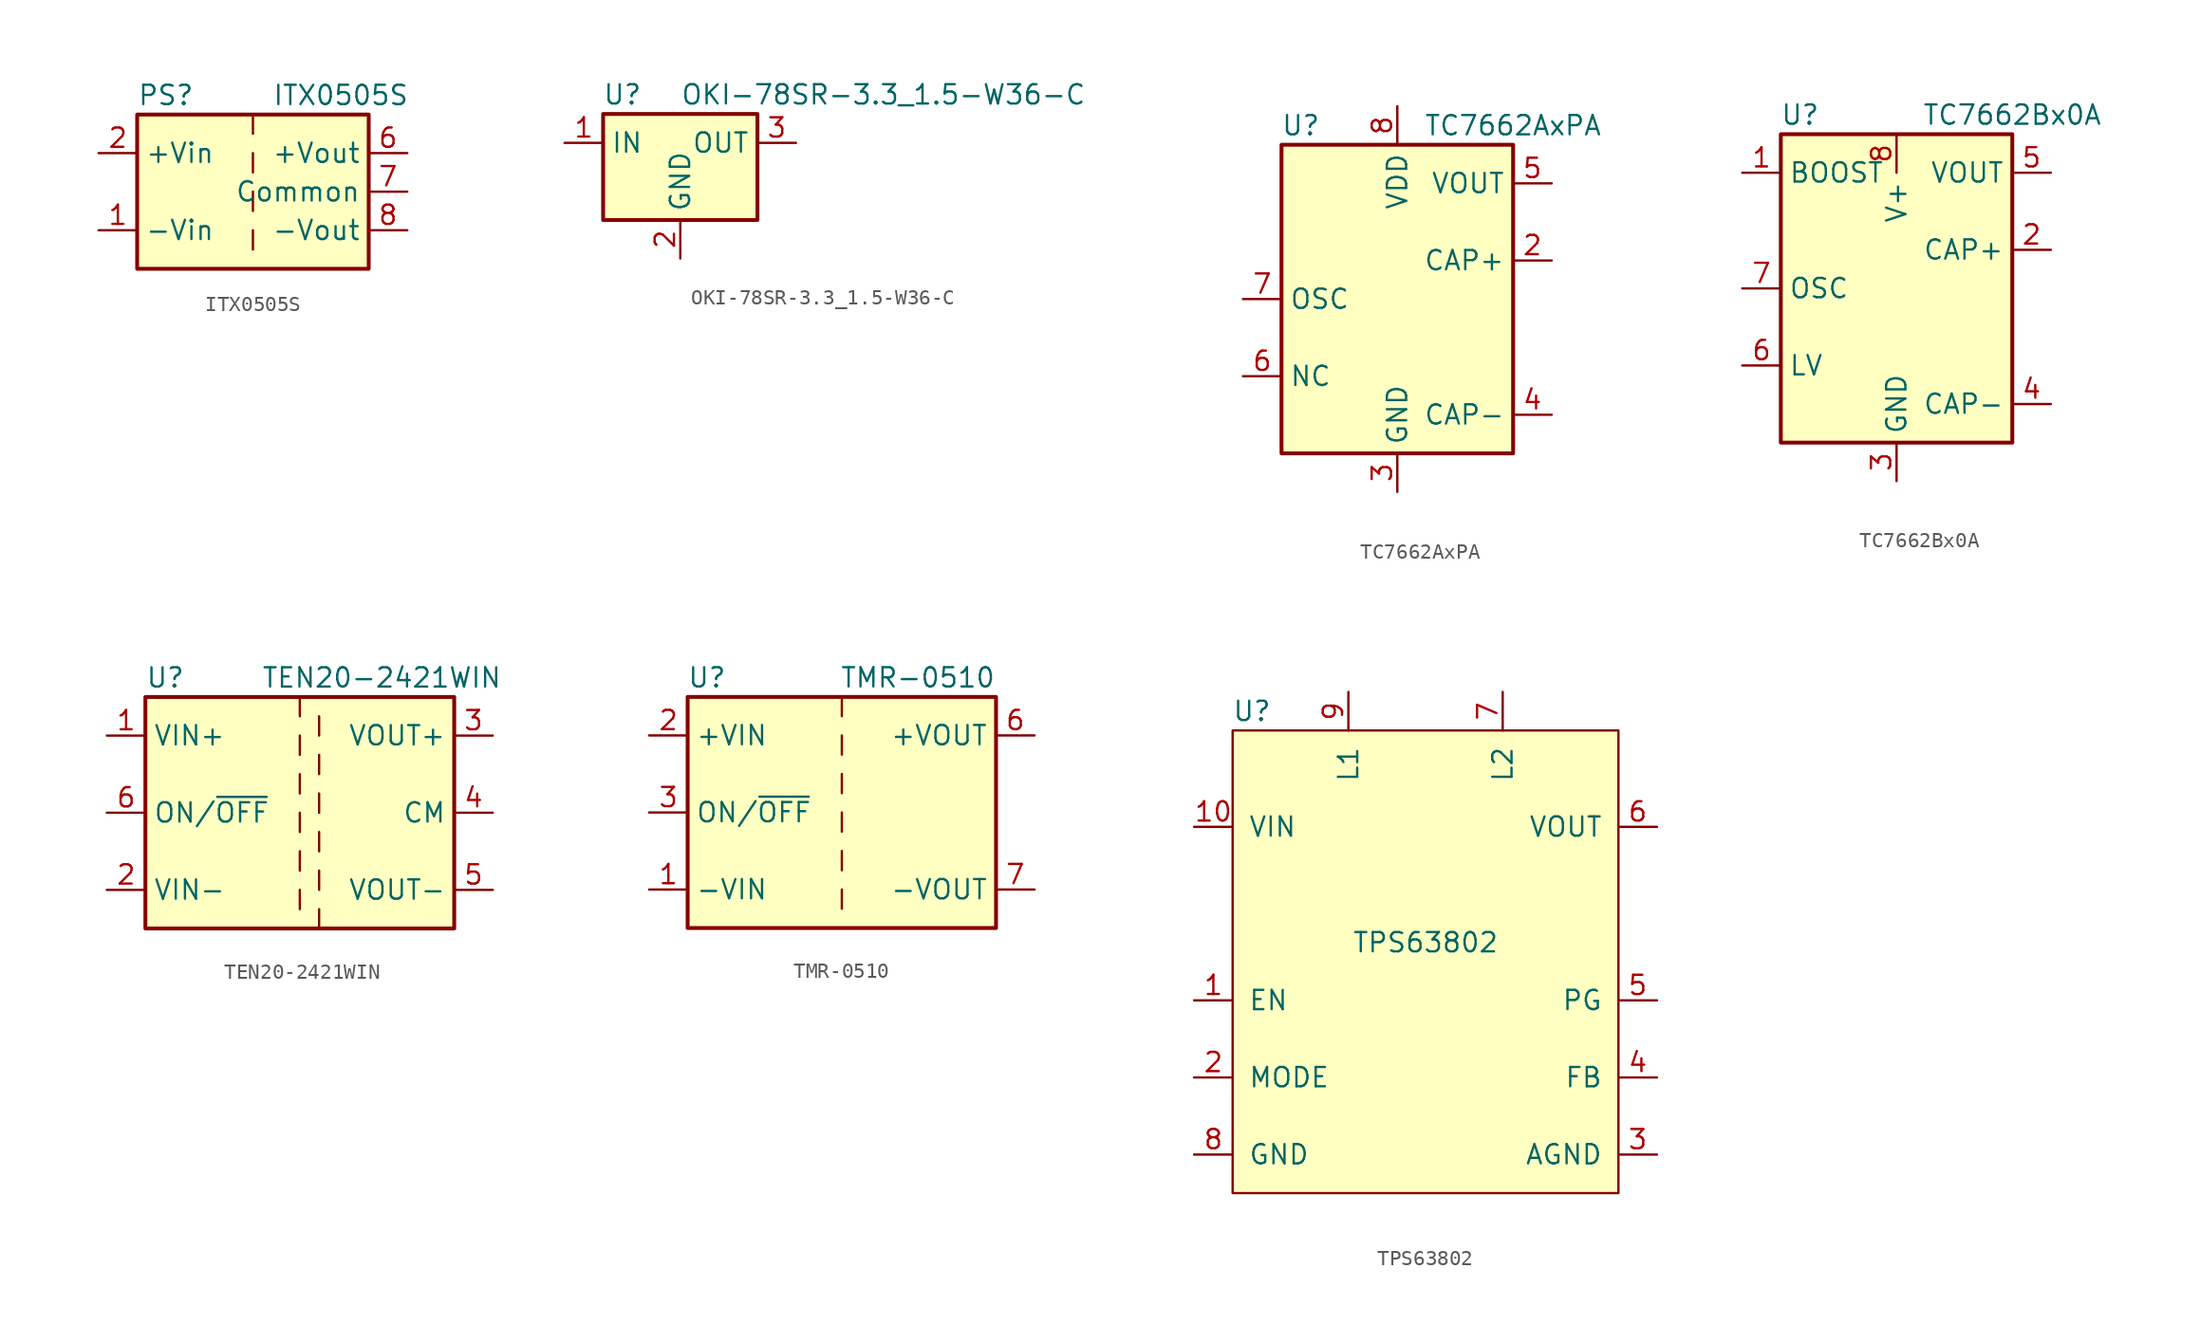
<source format=kicad_sym>
(kicad_symbol_lib
  (version 20201005)
  (generator kicad_symbol_editor)
  (symbol "ITX0505S"
    (property "Reference" "PS"
      (at -7.62 6.35 0)
      (effects (font (size 1.27 1.27)) (justify left)))
    (property "Value" "ITX0505S"
      (at 1.27 6.35 0)
      (effects (font (size 1.27 1.27)) (justify left)))
    (symbol "ITX0505S_0_0"
      (pin power_in line (at -10.16 -2.54 0) (length 2.54) (name "-Vin" (effects (font (size 1.27 1.27)))) (number "1" (effects (font (size 1.27 1.27)))))
      (pin power_in line (at -10.16 2.54 0) (length 2.54) (name "+Vin" (effects (font (size 1.27 1.27)))) (number "2" (effects (font (size 1.27 1.27)))))
      (pin no_connect line (at 0 -5.08 90) (length 2.54) hide (name "NC" (effects (font (size 1.27 1.27)))) (number "3" (effects (font (size 1.27 1.27)))))
      (pin no_connect line (at 0 5.08 270) (length 2.54) hide (name "NC" (effects (font (size 1.27 1.27)))) (number "5" (effects (font (size 1.27 1.27)))))
      (pin power_out line (at 10.16 2.54 180) (length 2.54) (name "+Vout" (effects (font (size 1.27 1.27)))) (number "6" (effects (font (size 1.27 1.27)))))
      (pin power_out line (at 10.16 0 180) (length 2.54) (name "Common" (effects (font (size 1.27 1.27)))) (number "7" (effects (font (size 1.27 1.27)))))
      (pin power_out line (at 10.16 -2.54 180) (length 2.54) (name "-Vout" (effects (font (size 1.27 1.27)))) (number "8" (effects (font (size 1.27 1.27))))))
    (symbol "ITX0505S_0_1"
      (rectangle (start -7.62 5.08) (end 7.62 -5.08) (stroke (width 0.254)) (fill (type background)))
      (polyline (pts (xy 0 -2.54) (xy 0 -3.81)) (stroke (width 0)) (fill (type none)))
      (polyline (pts (xy 0 0) (xy 0 -1.27)) (stroke (width 0)) (fill (type none)))
      (polyline (pts (xy 0 2.54) (xy 0 1.27)) (stroke (width 0)) (fill (type none)))
      (polyline (pts (xy 0 5.08) (xy 0 3.81)) (stroke (width 0)) (fill (type none)))))
  (symbol "OKI-78SR-3.3_1.5-W36-C"
    (property "Reference" "U"
      (at -3.81 3.175 0)
      (effects (font (size 1.27 1.27))))
    (property "Value" "OKI-78SR-3.3_1.5-W36-C"
      (at 0 3.175 0)
      (effects (font (size 1.27 1.27)) (justify left)))
    (symbol "OKI-78SR-3.3_1.5-W36-C_0_1"
      (rectangle (start -5.08 1.905) (end 5.08 -5.08) (stroke (width 0.254)) (fill (type background))))
    (symbol "OKI-78SR-3.3_1.5-W36-C_1_1"
      (pin power_in line (at -7.62 0 0) (length 2.54) (name "IN" (effects (font (size 1.27 1.27)))) (number "1" (effects (font (size 1.27 1.27)))))
      (pin power_in line (at 0 -7.62 90) (length 2.54) (name "GND" (effects (font (size 1.27 1.27)))) (number "2" (effects (font (size 1.27 1.27)))))
      (pin power_out line (at 7.62 0 180) (length 2.54) (name "OUT" (effects (font (size 1.27 1.27)))) (number "3" (effects (font (size 1.27 1.27)))))))
  (symbol "TC7662AxPA"
    (property "Reference" "U"
      (at -6.35 11.43 0)
      (effects (font (size 1.27 1.27))))
    (property "Value" "TC7662AxPA"
      (at 7.62 11.43 0)
      (effects (font (size 1.27 1.27))))
    (symbol "TC7662AxPA_0_1"
      (rectangle (start -7.62 10.16) (end 7.62 -10.16) (stroke (width 0.254)) (fill (type background))))
    (symbol "TC7662AxPA_1_1"
      (pin no_connect line (at -7.62 5.08 0) (length 2.54) hide (name "NC" (effects (font (size 1.27 1.27)))) (number "1" (effects (font (size 1.27 1.27)))))
      (pin passive line (at 10.16 2.54 180) (length 2.54) (name "CAP+" (effects (font (size 1.27 1.27)))) (number "2" (effects (font (size 1.27 1.27)))))
      (pin power_in line (at 0 -12.7 90) (length 2.54) (name "GND" (effects (font (size 1.27 1.27)))) (number "3" (effects (font (size 1.27 1.27)))))
      (pin passive line (at 10.16 -7.62 180) (length 2.54) (name "CAP-" (effects (font (size 1.27 1.27)))) (number "4" (effects (font (size 1.27 1.27)))))
      (pin power_out line (at 10.16 7.62 180) (length 2.54) (name "VOUT" (effects (font (size 1.27 1.27)))) (number "5" (effects (font (size 1.27 1.27)))))
      (pin passive line (at -10.16 -5.08 0) (length 2.54) (name "NC" (effects (font (size 1.27 1.27)))) (number "6" (effects (font (size 1.27 1.27)))))
      (pin passive line (at -10.16 0 0) (length 2.54) (name "OSC" (effects (font (size 1.27 1.27)))) (number "7" (effects (font (size 1.27 1.27)))))
      (pin power_in line (at 0 12.7 270) (length 2.54) (name "VDD" (effects (font (size 1.27 1.27)))) (number "8" (effects (font (size 1.27 1.27)))))))
  (symbol "TC7662Bx0A"
    (property "Reference" "U"
      (at -6.35 11.43 0)
      (effects (font (size 1.27 1.27))))
    (property "Value" "TC7662Bx0A"
      (at 7.62 11.43 0)
      (effects (font (size 1.27 1.27))))
    (symbol "TC7662Bx0A_0_1"
      (rectangle (start -7.62 10.16) (end 7.62 -10.16) (stroke (width 0.254)) (fill (type background))))
    (symbol "TC7662Bx0A_1_1"
      (pin input line (at -10.16 7.62 0) (length 2.54) (name "BOOST" (effects (font (size 1.27 1.27)))) (number "1" (effects (font (size 1.27 1.27)))))
      (pin passive line (at 10.16 2.54 180) (length 2.54) (name "CAP+" (effects (font (size 1.27 1.27)))) (number "2" (effects (font (size 1.27 1.27)))))
      (pin power_in line (at 0 -12.7 90) (length 2.54) (name "GND" (effects (font (size 1.27 1.27)))) (number "3" (effects (font (size 1.27 1.27)))))
      (pin passive line (at 10.16 -7.62 180) (length 2.54) (name "CAP-" (effects (font (size 1.27 1.27)))) (number "4" (effects (font (size 1.27 1.27)))))
      (pin power_out line (at 10.16 7.62 180) (length 2.54) (name "VOUT" (effects (font (size 1.27 1.27)))) (number "5" (effects (font (size 1.27 1.27)))))
      (pin input line (at -10.16 -5.08 0) (length 2.54) (name "LV" (effects (font (size 1.27 1.27)))) (number "6" (effects (font (size 1.27 1.27)))))
      (pin passive line (at -10.16 0 0) (length 2.54) (name "OSC" (effects (font (size 1.27 1.27)))) (number "7" (effects (font (size 1.27 1.27)))))
      (pin power_in line (at 0 10.16 270) (length 2.54) (name "V+" (effects (font (size 1.27 1.27)))) (number "8" (effects (font (size 1.27 1.27)))))))
  (symbol "TEN20-2421WIN"
    (property "Reference" "U"
      (at -10.16 8.89 0)
      (effects (font (size 1.27 1.27)) (justify left)))
    (property "Value" "TEN20-2421WIN"
      (at -2.54 8.89 0)
      (effects (font (size 1.27 1.27)) (justify left)))
    (symbol "TEN20-2421WIN_0_1"
      (rectangle (start -10.16 7.62) (end 10.16 -7.62) (stroke (width 0.254)) (fill (type background)))
      (polyline (pts (xy 0 -5.08) (xy 0 -6.35)) (stroke (width 0)) (fill (type none)))
      (polyline (pts (xy 0 -2.54) (xy 0 -3.81)) (stroke (width 0)) (fill (type none)))
      (polyline (pts (xy 0 0) (xy 0 -1.27)) (stroke (width 0)) (fill (type none)))
      (polyline (pts (xy 0 2.54) (xy 0 1.27)) (stroke (width 0)) (fill (type none)))
      (polyline (pts (xy 0 5.08) (xy 0 3.81)) (stroke (width 0)) (fill (type none)))
      (polyline (pts (xy 0 7.62) (xy 0 6.35)) (stroke (width 0)) (fill (type none)))
      (polyline (pts (xy 1.27 -7.62) (xy 1.27 -6.35)) (stroke (width 0)) (fill (type none)))
      (polyline (pts (xy 1.27 -5.08) (xy 1.27 -3.81)) (stroke (width 0)) (fill (type none)))
      (polyline (pts (xy 1.27 -2.54) (xy 1.27 -1.27)) (stroke (width 0)) (fill (type none)))
      (polyline (pts (xy 1.27 0) (xy 1.27 1.27)) (stroke (width 0)) (fill (type none)))
      (polyline (pts (xy 1.27 2.54) (xy 1.27 3.81)) (stroke (width 0)) (fill (type none)))
      (polyline (pts (xy 1.27 5.08) (xy 1.27 6.35)) (stroke (width 0)) (fill (type none))))
    (symbol "TEN20-2421WIN_1_1"
      (pin power_in line (at -12.7 5.08 0) (length 2.54) (name "VIN+" (effects (font (size 1.27 1.27)))) (number "1" (effects (font (size 1.27 1.27)))))
      (pin power_in line (at -12.7 -5.08 0) (length 2.54) (name "VIN-" (effects (font (size 1.27 1.27)))) (number "2" (effects (font (size 1.27 1.27)))))
      (pin power_out line (at 12.7 5.08 180) (length 2.54) (name "VOUT+" (effects (font (size 1.27 1.27)))) (number "3" (effects (font (size 1.27 1.27)))))
      (pin power_out line (at 12.7 0 180) (length 2.54) (name "CM" (effects (font (size 1.27 1.27)))) (number "4" (effects (font (size 1.27 1.27)))))
      (pin power_out line (at 12.7 -5.08 180) (length 2.54) (name "VOUT-" (effects (font (size 1.27 1.27)))) (number "5" (effects (font (size 1.27 1.27)))))
      (pin input line (at -12.7 0 0) (length 2.54) (name "ON/~OFF" (effects (font (size 1.27 1.27)))) (number "6" (effects (font (size 1.27 1.27)))))))
  (symbol "TMR-0510"
    (property "Reference" "U"
      (at -8.89 8.89 0)
      (effects (font (size 1.27 1.27))))
    (property "Value" "TMR-0510"
      (at 10.16 8.89 0)
      (effects (font (size 1.27 1.27)) (justify right)))
    (symbol "TMR-0510_0_1"
      (rectangle (start -10.16 7.62) (end 10.16 -7.62) (stroke (width 0.254)) (fill (type background)))
      (polyline (pts (xy 0 -5.08) (xy 0 -6.35)) (stroke (width 0)) (fill (type none)))
      (polyline (pts (xy 0 -2.54) (xy 0 -3.81)) (stroke (width 0)) (fill (type none)))
      (polyline (pts (xy 0 0) (xy 0 -1.27)) (stroke (width 0)) (fill (type none)))
      (polyline (pts (xy 0 2.54) (xy 0 1.27)) (stroke (width 0)) (fill (type none)))
      (polyline (pts (xy 0 5.08) (xy 0 3.81)) (stroke (width 0)) (fill (type none)))
      (polyline (pts (xy 0 7.62) (xy 0 6.35)) (stroke (width 0)) (fill (type none))))
    (symbol "TMR-0510_1_1"
      (pin power_in line (at -12.7 -5.08 0) (length 2.54) (name "-VIN" (effects (font (size 1.27 1.27)))) (number "1" (effects (font (size 1.27 1.27)))))
      (pin power_in line (at -12.7 5.08 0) (length 2.54) (name "+VIN" (effects (font (size 1.27 1.27)))) (number "2" (effects (font (size 1.27 1.27)))))
      (pin input line (at -12.7 0 0) (length 2.54) (name "ON/~OFF" (effects (font (size 1.27 1.27)))) (number "3" (effects (font (size 1.27 1.27)))))
      (pin no_connect line (at 10.16 2.54 180) (length 2.54) hide (name "NC" (effects (font (size 1.27 1.27)))) (number "5" (effects (font (size 1.27 1.27)))))
      (pin power_out line (at 12.7 5.08 180) (length 2.54) (name "+VOUT" (effects (font (size 1.27 1.27)))) (number "6" (effects (font (size 1.27 1.27)))))
      (pin power_out line (at 12.7 -5.08 180) (length 2.54) (name "-VOUT" (effects (font (size 1.27 1.27)))) (number "7" (effects (font (size 1.27 1.27)))))
      (pin no_connect line (at 10.16 0 180) (length 2.54) hide (name "NC" (effects (font (size 1.27 1.27)))) (number "8" (effects (font (size 1.27 1.27)))))))
  (symbol "TPS63802"
    (pin_names
      (offset 1.016))
    (property "Reference" "U"
      (at -11.43 15.24 0)
      (effects (font (size 1.27 1.27))))
    (property "Value" "TPS63802"
      (at 0 0 0)
      (effects (font (size 1.27 1.27))))
    (symbol "TPS63802_0_0"
      (pin input line (at -15.24 -3.81 0) (length 2.54) (name "EN" (effects (font (size 1.27 1.27)))) (number "1" (effects (font (size 1.27 1.27)))))
      (pin power_in line (at -15.24 7.62 0) (length 2.54) (name "VIN" (effects (font (size 1.27 1.27)))) (number "10" (effects (font (size 1.27 1.27)))))
      (pin input line (at -15.24 -8.89 0) (length 2.54) (name "MODE" (effects (font (size 1.27 1.27)))) (number "2" (effects (font (size 1.27 1.27)))))
      (pin power_in line (at 15.24 -13.97 180) (length 2.54) (name "AGND" (effects (font (size 1.27 1.27)))) (number "3" (effects (font (size 1.27 1.27)))))
      (pin passive line (at 15.24 -8.89 180) (length 2.54) (name "FB" (effects (font (size 1.27 1.27)))) (number "4" (effects (font (size 1.27 1.27)))))
      (pin passive line (at 15.24 -3.81 180) (length 2.54) (name "PG" (effects (font (size 1.27 1.27)))) (number "5" (effects (font (size 1.27 1.27)))))
      (pin power_out line (at 15.24 7.62 180) (length 2.54) (name "VOUT" (effects (font (size 1.27 1.27)))) (number "6" (effects (font (size 1.27 1.27)))))
      (pin passive line (at 5.08 16.51 270) (length 2.54) (name "L2" (effects (font (size 1.27 1.27)))) (number "7" (effects (font (size 1.27 1.27)))))
      (pin power_in line (at -15.24 -13.97 0) (length 2.54) (name "GND" (effects (font (size 1.27 1.27)))) (number "8" (effects (font (size 1.27 1.27)))))
      (pin passive line (at -5.08 16.51 270) (length 2.54) (name "L1" (effects (font (size 1.27 1.27)))) (number "9" (effects (font (size 1.27 1.27))))))
    (symbol "TPS63802_0_1"
      (rectangle (start -12.7 13.97) (end 12.7 -16.51) (stroke (width 0)) (fill (type background))))))
</source>
